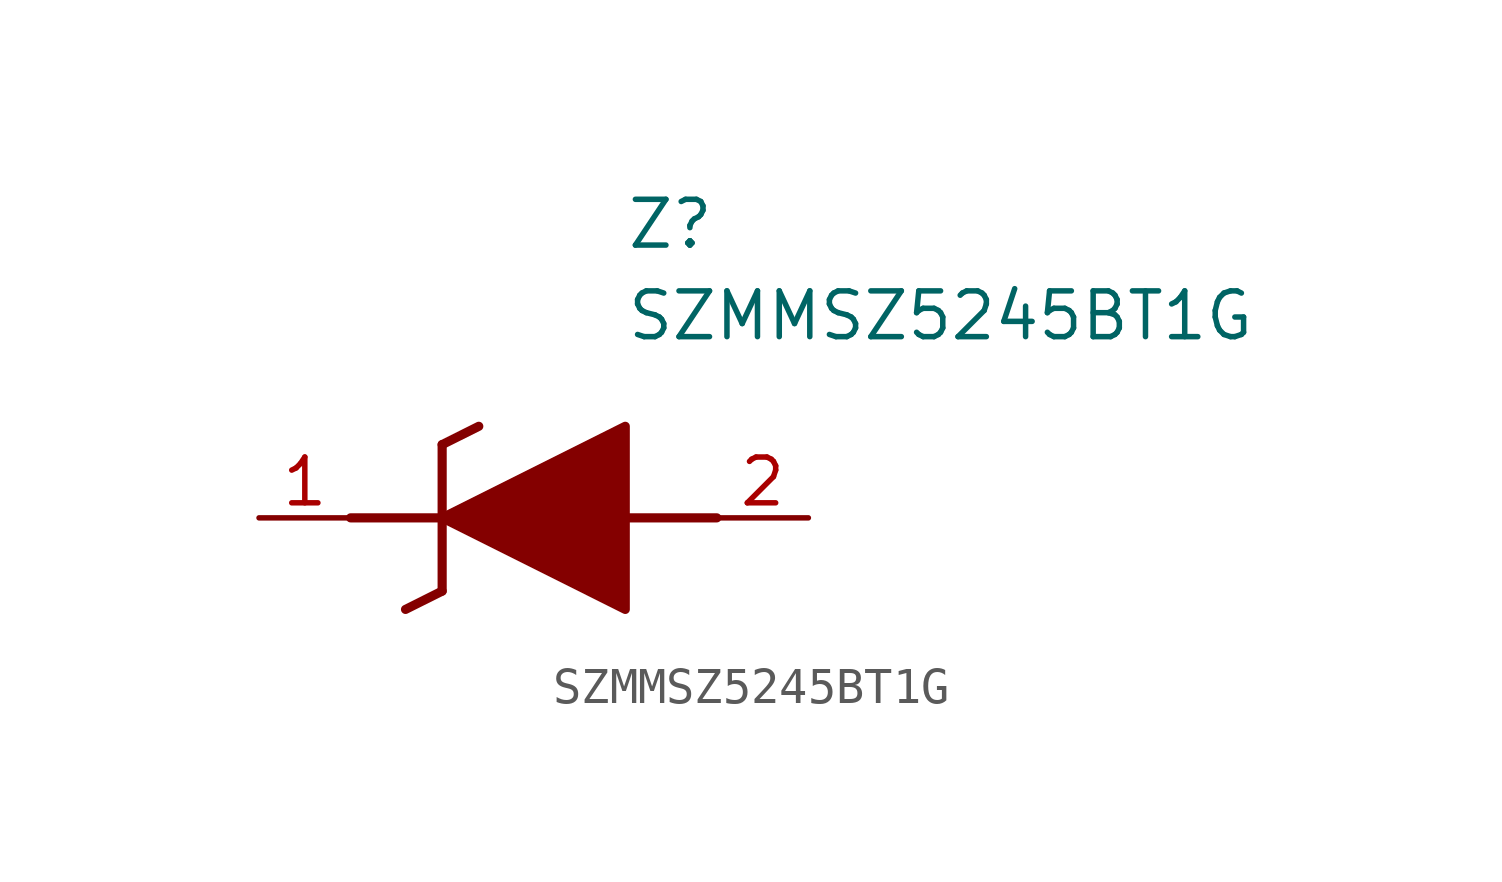
<source format=kicad_sym>
(kicad_symbol_lib
  (version 20211014)
  (generator SamacSys_ECAD_Model)
  (symbol "SZMMSZ5245BT1G"
    (pin_names hide)
    (property "Reference" "Z"
      (at 10.16 8.89 0)
      (effects (font (size 1.27 1.27)) (justify left top)))
    (property "Value" "SZMMSZ5245BT1G"
      (at 10.16 6.35 0)
      (effects (font (size 1.27 1.27)) (justify left top)))
    (polyline
      (pts (xy 5.08 2.032) (xy 5.08 -2.032))
      (stroke (width 0.254) (type default))
      (fill (type none)))
    (polyline
      (pts (xy 5.08 2.032) (xy 6.096 2.54))
      (stroke (width 0.254) (type default))
      (fill (type none)))
    (polyline
      (pts (xy 4.064 -2.54) (xy 5.08 -2.032))
      (stroke (width 0.254) (type default))
      (fill (type none)))
    (polyline
      (pts (xy 2.54 0) (xy 5.08 0))
      (stroke (width 0.254) (type default))
      (fill (type none)))
    (polyline
      (pts (xy 12.7 0) (xy 10.16 0))
      (stroke (width 0.254) (type default))
      (fill (type none)))
    (polyline
      (pts (xy 5.08 0) (xy 10.16 2.54) (xy 10.16 -2.54) (xy 5.08 0))
      (stroke (width 0.254) (type default))
      (fill (type outline)))
    (pin passive line
      (at 0 0 0)
      (length 2.54)
      (name "K" (effects (font (size 1.27 1.27))))
      (number "1" (effects (font (size 1.27 1.27)))))
    (pin passive line
      (at 15.24 0 180)
      (length 2.54)
      (name "A" (effects (font (size 1.27 1.27))))
      (number "2" (effects (font (size 1.27 1.27)))))))
</source>
